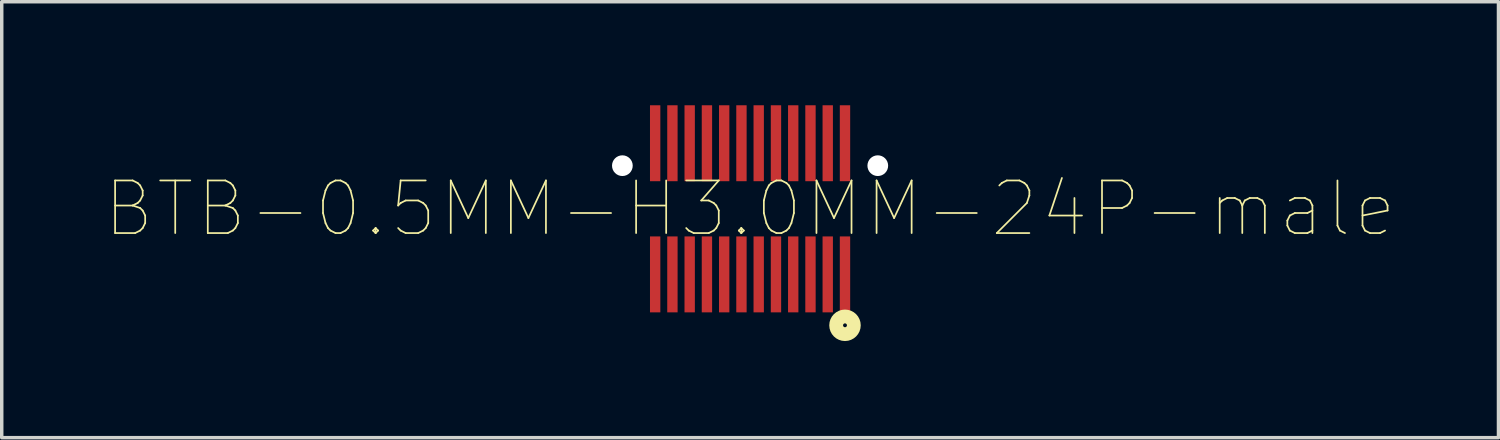
<source format=kicad_pcb>
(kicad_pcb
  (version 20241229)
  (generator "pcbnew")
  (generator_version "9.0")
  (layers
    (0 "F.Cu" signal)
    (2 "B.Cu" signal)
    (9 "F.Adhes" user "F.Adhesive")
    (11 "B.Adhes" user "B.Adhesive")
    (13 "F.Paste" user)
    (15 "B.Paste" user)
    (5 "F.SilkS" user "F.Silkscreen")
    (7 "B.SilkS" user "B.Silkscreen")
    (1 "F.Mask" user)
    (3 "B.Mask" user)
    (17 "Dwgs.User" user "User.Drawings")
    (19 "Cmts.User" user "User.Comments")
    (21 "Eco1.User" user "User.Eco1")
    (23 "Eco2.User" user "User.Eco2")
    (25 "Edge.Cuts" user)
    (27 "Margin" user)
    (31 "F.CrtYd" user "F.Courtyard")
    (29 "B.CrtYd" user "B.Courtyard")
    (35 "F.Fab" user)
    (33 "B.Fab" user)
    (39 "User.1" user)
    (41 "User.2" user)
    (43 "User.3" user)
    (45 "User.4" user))
  (footprint "BTB-0.5MM-H3.0MM-24P-male"
    (layer "F.Cu")
    (at 18.682 3)
    (property "Reference" "BTB-0.5MM-H3.0MM-24P-male" (at 0 0 0) (layer "F.SilkS") (effects (font (size 1.524 1.524) (thickness 0.05))))
    (attr smd)
    (fp_circle (center 2.75 3.375) (end 2.806 3.375) (stroke (width 0.4) (type solid)) (fill no) (layer "F.SilkS"))
    (pad "" np_thru_hole circle (at -3.7 -1.25) (size 0.6 0.6) (drill 0.6) (layers "*.Cu" "*.Mask"))
    (pad "" np_thru_hole circle (at 3.7 -1.25 180) (size 0.6 0.6) (drill 0.6) (layers "*.Cu" "*.Mask"))
    (pad "1" smd rect (at 2.75 1.9) (size 0.3 2.2) (layers "F.Cu" "F.Mask" "F.Paste"))
    (pad "2" smd rect (at 2.25 1.9) (size 0.3 2.2) (layers "F.Cu" "F.Mask" "F.Paste"))
    (pad "3" smd rect (at 1.75 1.9) (size 0.3 2.2) (layers "F.Cu" "F.Mask" "F.Paste"))
    (pad "4" smd rect (at 1.25 1.9) (size 0.3 2.2) (layers "F.Cu" "F.Mask" "F.Paste"))
    (pad "5" smd rect (at 0.75 1.9) (size 0.3 2.2) (layers "F.Cu" "F.Mask" "F.Paste"))
    (pad "6" smd rect (at 0.25 1.9) (size 0.3 2.2) (layers "F.Cu" "F.Mask" "F.Paste"))
    (pad "7" smd rect (at -0.25 1.9) (size 0.3 2.2) (layers "F.Cu" "F.Mask" "F.Paste"))
    (pad "8" smd rect (at -0.75 1.9) (size 0.3 2.2) (layers "F.Cu" "F.Mask" "F.Paste"))
    (pad "9" smd rect (at -1.25 1.9) (size 0.3 2.2) (layers "F.Cu" "F.Mask" "F.Paste"))
    (pad "10" smd rect (at -1.75 1.9) (size 0.3 2.2) (layers "F.Cu" "F.Mask" "F.Paste"))
    (pad "11" smd rect (at -2.25 1.9) (size 0.3 2.2) (layers "F.Cu" "F.Mask" "F.Paste"))
    (pad "12" smd rect (at -2.75 1.9) (size 0.3 2.2) (layers "F.Cu" "F.Mask" "F.Paste"))
    (pad "13" smd rect (at -2.75 -1.9) (size 0.3 2.2) (layers "F.Cu" "F.Mask" "F.Paste"))
    (pad "14" smd rect (at -2.25 -1.9) (size 0.3 2.2) (layers "F.Cu" "F.Mask" "F.Paste"))
    (pad "15" smd rect (at -1.75 -1.9) (size 0.3 2.2) (layers "F.Cu" "F.Mask" "F.Paste"))
    (pad "16" smd rect (at -1.25 -1.9) (size 0.3 2.2) (layers "F.Cu" "F.Mask" "F.Paste"))
    (pad "17" smd rect (at -0.75 -1.9) (size 0.3 2.2) (layers "F.Cu" "F.Mask" "F.Paste"))
    (pad "18" smd rect (at -0.25 -1.9) (size 0.3 2.2) (layers "F.Cu" "F.Mask" "F.Paste"))
    (pad "19" smd rect (at 0.25 -1.9) (size 0.3 2.2) (layers "F.Cu" "F.Mask" "F.Paste"))
    (pad "20" smd rect (at 0.75 -1.9) (size 0.3 2.2) (layers "F.Cu" "F.Mask" "F.Paste"))
    (pad "21" smd rect (at 1.25 -1.9) (size 0.3 2.2) (layers "F.Cu" "F.Mask" "F.Paste"))
    (pad "22" smd rect (at 1.75 -1.9) (size 0.3 2.2) (layers "F.Cu" "F.Mask" "F.Paste"))
    (pad "23" smd rect (at 2.25 -1.9) (size 0.3 2.2) (layers "F.Cu" "F.Mask" "F.Paste"))
    (pad "24" smd rect (at 2.75 -1.9) (size 0.3 2.2) (layers "F.Cu" "F.Mask" "F.Paste")))
  (gr_rect
    (start -3 -3)
    (end 40.365 9.631)
    (stroke (width 0.1) (type default))
    (fill no)
    (layer "Edge.Cuts")))
</source>
